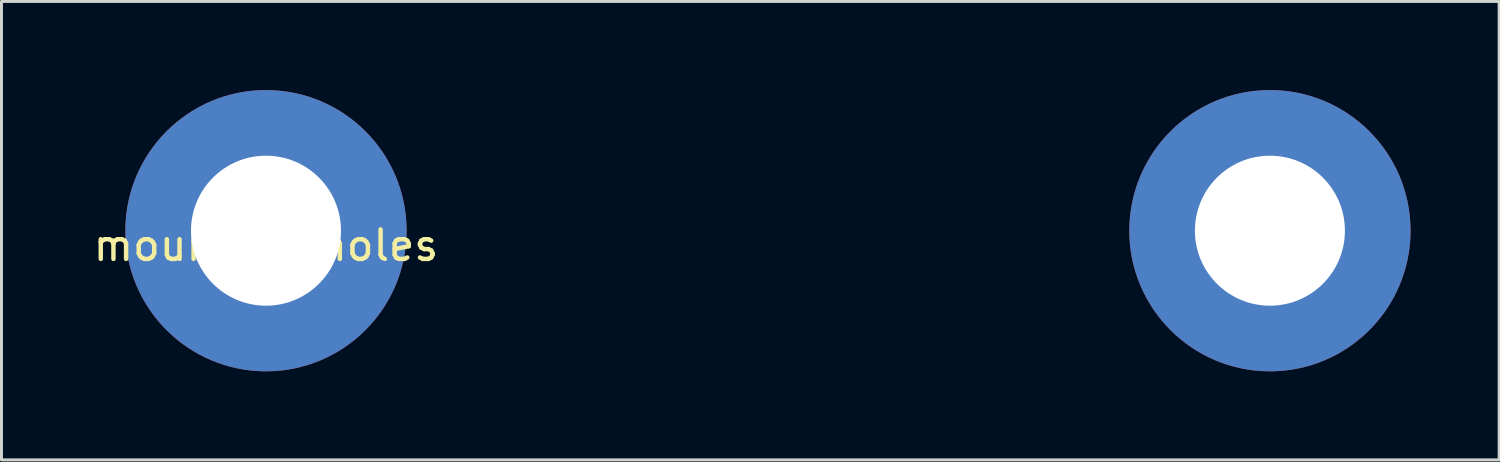
<source format=kicad_pcb>
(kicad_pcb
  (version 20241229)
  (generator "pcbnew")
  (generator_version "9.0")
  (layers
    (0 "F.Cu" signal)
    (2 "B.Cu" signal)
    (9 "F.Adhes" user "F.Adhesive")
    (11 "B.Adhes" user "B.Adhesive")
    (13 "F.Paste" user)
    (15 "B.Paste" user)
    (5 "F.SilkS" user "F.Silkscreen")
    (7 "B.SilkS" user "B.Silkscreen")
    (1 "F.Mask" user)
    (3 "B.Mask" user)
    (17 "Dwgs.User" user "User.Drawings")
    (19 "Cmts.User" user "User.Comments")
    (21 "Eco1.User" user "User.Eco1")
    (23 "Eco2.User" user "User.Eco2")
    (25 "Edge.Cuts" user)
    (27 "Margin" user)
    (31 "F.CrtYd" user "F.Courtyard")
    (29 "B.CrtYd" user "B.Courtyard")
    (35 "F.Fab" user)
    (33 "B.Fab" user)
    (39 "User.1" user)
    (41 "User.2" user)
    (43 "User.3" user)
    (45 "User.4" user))
  (footprint "mounting_holes"
    (layer "F.Cu")
    (at 5.958 4.763)
    (property "Reference" "mounting_holes" (at 0 0.5 0) (layer "F.SilkS") (effects (font (size 1 1) (thickness 0.15))))
    (attr through_hole)
    (pad "" thru_hole circle (at 0 0) (size 9.525 9.525) (drill 5.08) (layers "*.Cu" "*.Mask"))
    (pad "" thru_hole circle (at 34 0) (size 9.525 9.525) (drill 5.08) (layers "*.Cu" "*.Mask")))
  (gr_rect
    (start -3 -3)
    (end 47.721 12.525)
    (stroke (width 0.1) (type default))
    (fill no)
    (layer "Edge.Cuts")))
</source>
